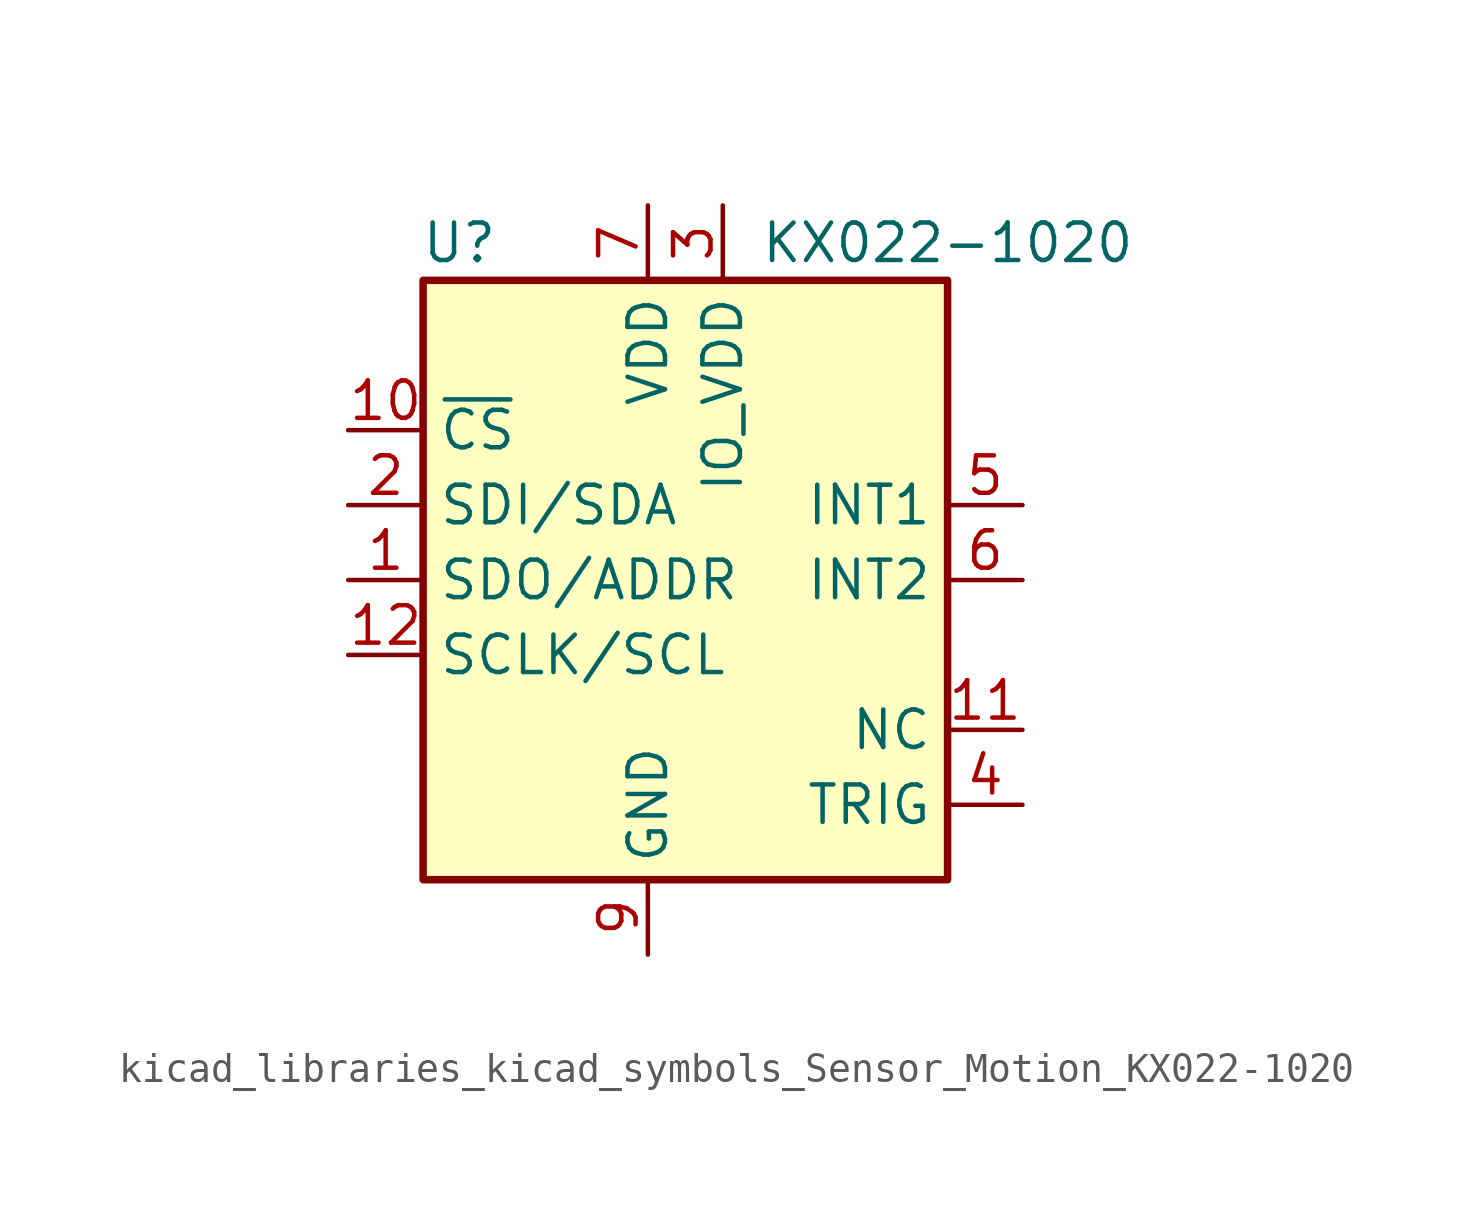
<source format=kicad_sym>
(kicad_symbol_lib
  (version 20220914)
  (generator kicad_symbol_editor)
  (symbol "kicad_libraries_kicad_symbols_Sensor_Motion_KX022-1020"
    (property "Reference" "U"
      (at -5.08 11.43 0)
      (effects (font (size 1.27 1.27)) (justify right)))
    (property "Value" "KX022-1020"
      (at 3.81 11.43 0)
      (effects (font (size 1.27 1.27)) (justify left)))
    (symbol "kicad_libraries_kicad_symbols_Sensor_Motion_KX022-1020_0_1"
      (rectangle (start -7.62 10.16) (end 10.16 -10.16) (stroke (width 0.254) (type default)) (fill (type background))))
    (symbol "kicad_libraries_kicad_symbols_Sensor_Motion_KX022-1020_1_1"
      (pin bidirectional line (at -10.16 0 0) (length 2.54) (name "SDO/ADDR" (effects (font (size 1.27 1.27)))) (number "1" (effects (font (size 1.27 1.27)))))
      (pin input line (at -10.16 5.08 0) (length 2.54) (name "~{CS}" (effects (font (size 1.27 1.27)))) (number "10" (effects (font (size 1.27 1.27)))))
      (pin passive line (at 12.7 -5.08 180) (length 2.54) (name "NC" (effects (font (size 1.27 1.27)))) (number "11" (effects (font (size 1.27 1.27)))))
      (pin input line (at -10.16 -2.54 0) (length 2.54) (name "SCLK/SCL" (effects (font (size 1.27 1.27)))) (number "12" (effects (font (size 1.27 1.27)))))
      (pin bidirectional line (at -10.16 2.54 0) (length 2.54) (name "SDI/SDA" (effects (font (size 1.27 1.27)))) (number "2" (effects (font (size 1.27 1.27)))))
      (pin power_in line (at 2.54 12.7 270) (length 2.54) (name "IO_VDD" (effects (font (size 1.27 1.27)))) (number "3" (effects (font (size 1.27 1.27)))))
      (pin input line (at 12.7 -7.62 180) (length 2.54) (name "TRIG" (effects (font (size 1.27 1.27)))) (number "4" (effects (font (size 1.27 1.27)))))
      (pin output line (at 12.7 2.54 180) (length 2.54) (name "INT1" (effects (font (size 1.27 1.27)))) (number "5" (effects (font (size 1.27 1.27)))))
      (pin output line (at 12.7 0 180) (length 2.54) (name "INT2" (effects (font (size 1.27 1.27)))) (number "6" (effects (font (size 1.27 1.27)))))
      (pin power_in line (at 0 12.7 270) (length 2.54) (name "VDD" (effects (font (size 1.27 1.27)))) (number "7" (effects (font (size 1.27 1.27)))))
      (pin power_in line (at 0 -12.7 90) (length 2.54) (name "GND" (effects (font (size 1.27 1.27)))) (number "9" (effects (font (size 1.27 1.27))))))))
</source>
